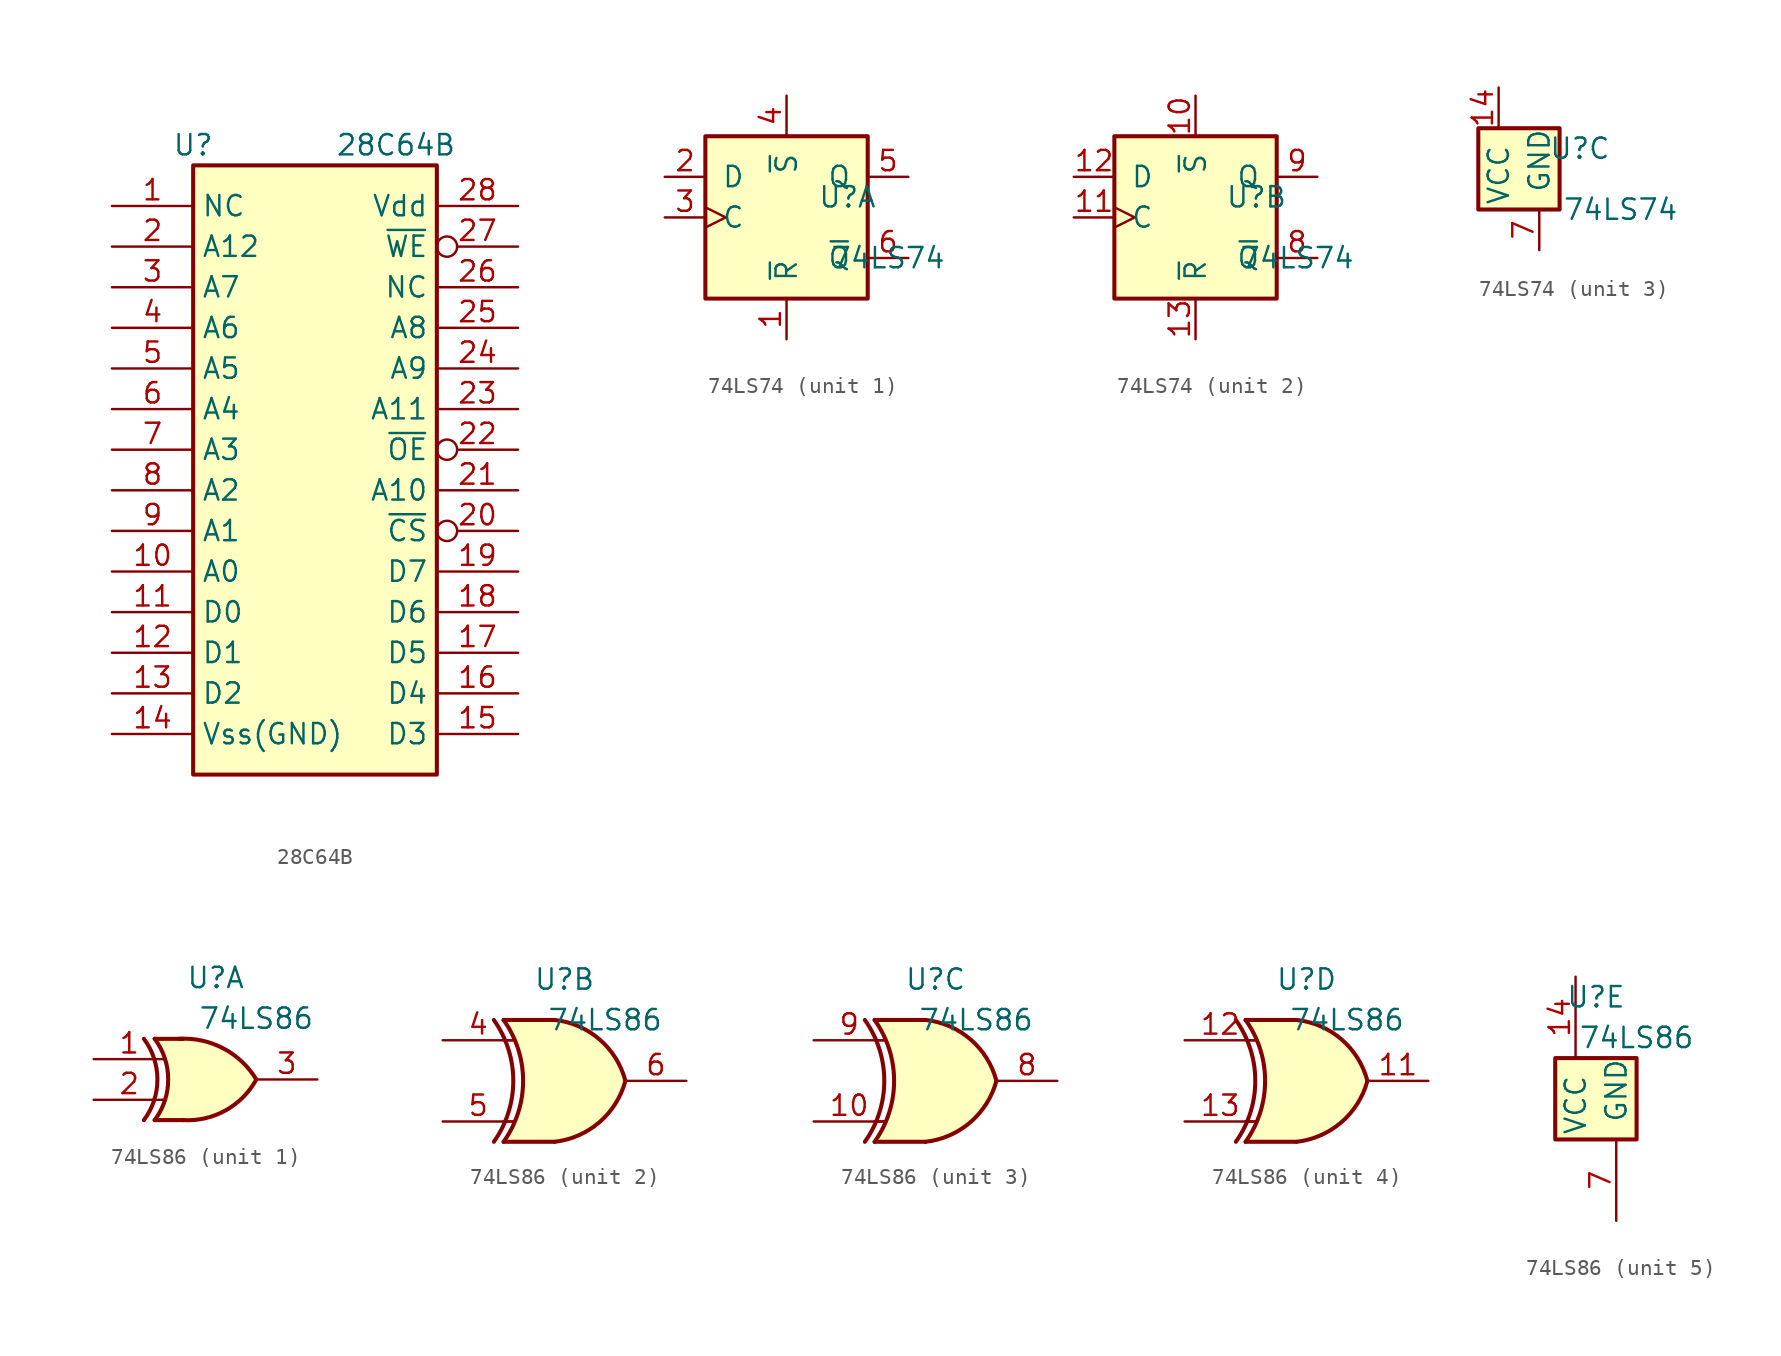
<source format=kicad_sym>
(kicad_symbol_lib
  (version 20220914)
  (generator kicad_symbol_editor)
  (symbol "28C64B"
    (property "Reference" "U"
      (at -7.62 19.05 0)
      (effects (font (size 1.27 1.27))))
    (property "Value" "28C64B"
      (at 1.27 19.05 0)
      (effects (font (size 1.27 1.27)) (justify left)))
    (symbol "28C64B_1_1"
      (rectangle (start -7.62 17.78) (end 7.62 -20.32) (stroke (width 0.254) (type default)) (fill (type background)))
      (pin free line (at -12.7 15.24 0) (length 5.08) (name "NC" (effects (font (size 1.27 1.27)))) (number "1" (effects (font (size 1.27 1.27)))))
      (pin input line (at -12.7 -7.62 0) (length 5.08) (name "A0" (effects (font (size 1.27 1.27)))) (number "10" (effects (font (size 1.27 1.27)))))
      (pin tri_state line (at -12.7 -10.16 0) (length 5.08) (name "D0" (effects (font (size 1.27 1.27)))) (number "11" (effects (font (size 1.27 1.27)))))
      (pin tri_state line (at -12.7 -12.7 0) (length 5.08) (name "D1" (effects (font (size 1.27 1.27)))) (number "12" (effects (font (size 1.27 1.27)))))
      (pin tri_state line (at -12.7 -15.24 0) (length 5.08) (name "D2" (effects (font (size 1.27 1.27)))) (number "13" (effects (font (size 1.27 1.27)))))
      (pin power_in line (at -12.7 -17.78 0) (length 5.08) (name "Vss(GND)" (effects (font (size 1.27 1.27)))) (number "14" (effects (font (size 1.27 1.27)))))
      (pin tri_state line (at 12.7 -17.78 180) (length 5.08) (name "D3" (effects (font (size 1.27 1.27)))) (number "15" (effects (font (size 1.27 1.27)))))
      (pin tri_state line (at 12.7 -15.24 180) (length 5.08) (name "D4" (effects (font (size 1.27 1.27)))) (number "16" (effects (font (size 1.27 1.27)))))
      (pin tri_state line (at 12.7 -12.7 180) (length 5.08) (name "D5" (effects (font (size 1.27 1.27)))) (number "17" (effects (font (size 1.27 1.27)))))
      (pin tri_state line (at 12.7 -10.16 180) (length 5.08) (name "D6" (effects (font (size 1.27 1.27)))) (number "18" (effects (font (size 1.27 1.27)))))
      (pin tri_state line (at 12.7 -7.62 180) (length 5.08) (name "D7" (effects (font (size 1.27 1.27)))) (number "19" (effects (font (size 1.27 1.27)))))
      (pin input line (at -12.7 12.7 0) (length 5.08) (name "A12" (effects (font (size 1.27 1.27)))) (number "2" (effects (font (size 1.27 1.27)))))
      (pin input inverted (at 12.7 -5.08 180) (length 5.08) (name "~{CS}" (effects (font (size 1.27 1.27)))) (number "20" (effects (font (size 1.27 1.27)))))
      (pin input line (at 12.7 -2.54 180) (length 5.08) (name "A10" (effects (font (size 1.27 1.27)))) (number "21" (effects (font (size 1.27 1.27)))))
      (pin input inverted (at 12.7 0 180) (length 5.08) (name "~{OE}" (effects (font (size 1.27 1.27)))) (number "22" (effects (font (size 1.27 1.27)))))
      (pin input line (at 12.7 2.54 180) (length 5.08) (name "A11" (effects (font (size 1.27 1.27)))) (number "23" (effects (font (size 1.27 1.27)))))
      (pin input line (at 12.7 5.08 180) (length 5.08) (name "A9" (effects (font (size 1.27 1.27)))) (number "24" (effects (font (size 1.27 1.27)))))
      (pin input line (at 12.7 7.62 180) (length 5.08) (name "A8" (effects (font (size 1.27 1.27)))) (number "25" (effects (font (size 1.27 1.27)))))
      (pin free line (at 12.7 10.16 180) (length 5.08) (name "NC" (effects (font (size 1.27 1.27)))) (number "26" (effects (font (size 1.27 1.27)))))
      (pin input inverted (at 12.7 12.7 180) (length 5.08) (name "~{WE}" (effects (font (size 1.27 1.27)))) (number "27" (effects (font (size 1.27 1.27)))))
      (pin power_in line (at 12.7 15.24 180) (length 5.08) (name "Vdd" (effects (font (size 1.27 1.27)))) (number "28" (effects (font (size 1.27 1.27)))))
      (pin input line (at -12.7 10.16 0) (length 5.08) (name "A7" (effects (font (size 1.27 1.27)))) (number "3" (effects (font (size 1.27 1.27)))))
      (pin input line (at -12.7 7.62 0) (length 5.08) (name "A6" (effects (font (size 1.27 1.27)))) (number "4" (effects (font (size 1.27 1.27)))))
      (pin input line (at -12.7 5.08 0) (length 5.08) (name "A5" (effects (font (size 1.27 1.27)))) (number "5" (effects (font (size 1.27 1.27)))))
      (pin input line (at -12.7 2.54 0) (length 5.08) (name "A4" (effects (font (size 1.27 1.27)))) (number "6" (effects (font (size 1.27 1.27)))))
      (pin input line (at -12.7 0 0) (length 5.08) (name "A3" (effects (font (size 1.27 1.27)))) (number "7" (effects (font (size 1.27 1.27)))))
      (pin input line (at -12.7 -2.54 0) (length 5.08) (name "A2" (effects (font (size 1.27 1.27)))) (number "8" (effects (font (size 1.27 1.27)))))
      (pin input line (at -12.7 -5.08 0) (length 5.08) (name "A1" (effects (font (size 1.27 1.27)))) (number "9" (effects (font (size 1.27 1.27)))))))
  (symbol "74LS74"
    (pin_names
      (offset 1.016))
    (property "Reference" "U"
      (at 3.81 1.27 0)
      (effects (font (size 1.27 1.27))))
    (property "Value" "74LS74"
      (at 6.35 -2.54 0)
      (effects (font (size 1.27 1.27))))
    (property "ki_locked" ""
      (at 0 0 0)
      (effects (font (size 1.27 1.27))))
    (symbol "74LS74_1_0"
      (pin input line (at 0 -7.62 90) (length 2.54) (name "~{R}" (effects (font (size 1.27 1.27)))) (number "1" (effects (font (size 1.27 1.27)))))
      (pin input line (at -7.62 2.54 0) (length 2.54) (name "D" (effects (font (size 1.27 1.27)))) (number "2" (effects (font (size 1.27 1.27)))))
      (pin input clock (at -7.62 0 0) (length 2.54) (name "C" (effects (font (size 1.27 1.27)))) (number "3" (effects (font (size 1.27 1.27)))))
      (pin input line (at 0 7.62 270) (length 2.54) (name "~{S}" (effects (font (size 1.27 1.27)))) (number "4" (effects (font (size 1.27 1.27)))))
      (pin output line (at 7.62 2.54 180) (length 2.54) (name "Q" (effects (font (size 1.27 1.27)))) (number "5" (effects (font (size 1.27 1.27)))))
      (pin output line (at 7.62 -2.54 180) (length 2.54) (name "~{Q}" (effects (font (size 1.27 1.27)))) (number "6" (effects (font (size 1.27 1.27))))))
    (symbol "74LS74_1_1"
      (rectangle (start -5.08 5.08) (end 5.08 -5.08) (stroke (width 0.254) (type default)) (fill (type background))))
    (symbol "74LS74_2_0"
      (pin input line (at 0 7.62 270) (length 2.54) (name "~{S}" (effects (font (size 1.27 1.27)))) (number "10" (effects (font (size 1.27 1.27)))))
      (pin input clock (at -7.62 0 0) (length 2.54) (name "C" (effects (font (size 1.27 1.27)))) (number "11" (effects (font (size 1.27 1.27)))))
      (pin input line (at -7.62 2.54 0) (length 2.54) (name "D" (effects (font (size 1.27 1.27)))) (number "12" (effects (font (size 1.27 1.27)))))
      (pin input line (at 0 -7.62 90) (length 2.54) (name "~{R}" (effects (font (size 1.27 1.27)))) (number "13" (effects (font (size 1.27 1.27)))))
      (pin output line (at 7.62 -2.54 180) (length 2.54) (name "~{Q}" (effects (font (size 1.27 1.27)))) (number "8" (effects (font (size 1.27 1.27)))))
      (pin output line (at 7.62 2.54 180) (length 2.54) (name "Q" (effects (font (size 1.27 1.27)))) (number "9" (effects (font (size 1.27 1.27))))))
    (symbol "74LS74_2_1"
      (rectangle (start -5.08 5.08) (end 5.08 -5.08) (stroke (width 0.254) (type default)) (fill (type background))))
    (symbol "74LS74_3_0"
      (pin power_in line (at -1.27 5.08 270) (length 2.54) (name "VCC" (effects (font (size 1.27 1.27)))) (number "14" (effects (font (size 1.27 1.27)))))
      (pin power_in line (at 1.27 -5.08 90) (length 2.54) (name "GND" (effects (font (size 1.27 1.27)))) (number "7" (effects (font (size 1.27 1.27))))))
    (symbol "74LS74_3_1"
      (rectangle (start -2.54 2.54) (end 2.54 -2.54) (stroke (width 0.254) (type default)) (fill (type background)))))
  (symbol "74LS86"
    (pin_names
      (offset 1.016))
    (property "Reference" "U"
      (at 0 6.35 0)
      (effects (font (size 1.27 1.27))))
    (property "Value" "74LS86"
      (at 2.54 3.81 0)
      (effects (font (size 1.27 1.27))))
    (property "ki_locked" ""
      (at 0 0 0)
      (effects (font (size 1.27 1.27))))
    (symbol "74LS86_1_0"
      (pin input line (at -7.62 1.27 0) (length 4.445) (name "~" (effects (font (size 1.27 1.27)))) (number "1" (effects (font (size 1.27 1.27)))))
      (pin input line (at -7.62 -1.27 0) (length 4.445) (name "~" (effects (font (size 1.27 1.27)))) (number "2" (effects (font (size 1.27 1.27)))))
      (pin output line (at 6.35 0 180) (length 3.81) (name "~" (effects (font (size 1.27 1.27)))) (number "3" (effects (font (size 1.27 1.27))))))
    (symbol "74LS86_1_1"
      (arc (start -4.484 -2.54) (mid -3.638 0) (end -4.484 2.54) (stroke (width 0.254) (type default)) (fill (type none)))
      (arc (start -3.81 -2.54) (mid -2.964 0) (end -3.81 2.54) (stroke (width 0.254) (type default)) (fill (type none)))
      (arc (start -2.032 -2.54) (mid 0.6219 -1.9322) (end 2.54 0) (stroke (width 0.254) (type default)) (fill (type background)))
      (polyline (pts (xy -3.81 -2.54) (xy -2.032 -2.54)) (stroke (width 0.254) (type default)) (fill (type none)))
      (polyline (pts (xy -3.81 2.54) (xy -2.032 2.54)) (stroke (width 0.254) (type default)) (fill (type none)))
      (polyline (pts (xy -1.27 2.54) (xy -3.81 2.54) (xy -3.175 1.27) (xy -2.794 0) (xy -3.175 -1.27) (xy -3.81 -2.54) (xy -1.27 -2.54)) (stroke (width -25.4) (type default)) (fill (type background)))
      (arc (start 2.54 0) (mid 0.4797 1.9402) (end -2.286 2.54) (stroke (width 0.254) (type default)) (fill (type background))))
    (symbol "74LS86_2_0"
      (arc (start -4.4196 -3.81) (mid -3.2033 0) (end -4.4196 3.81) (stroke (width 0.254) (type default)) (fill (type none)))
      (arc (start -3.81 -3.81) (mid -2.589 0) (end -3.81 3.81) (stroke (width 0.254) (type default)) (fill (type none)))
      (arc (start -0.6096 -3.81) (mid 2.1842 -2.5851) (end 3.81 0) (stroke (width 0.254) (type default)) (fill (type background)))
      (polyline (pts (xy -3.81 -3.81) (xy -0.635 -3.81)) (stroke (width 0.254) (type default)) (fill (type background)))
      (polyline (pts (xy -3.81 3.81) (xy -0.635 3.81)) (stroke (width 0.254) (type default)) (fill (type background)))
      (polyline (pts (xy -0.635 3.81) (xy -3.81 3.81) (xy -3.81 3.81) (xy -3.556 3.404) (xy -3.023 2.261) (xy -2.692 1.041) (xy -2.616 -0.254) (xy -2.769 -1.499) (xy -3.175 -2.718) (xy -3.81 -3.81) (xy -3.81 -3.81) (xy -0.635 -3.81)) (stroke (width -25.4) (type default)) (fill (type background)))
      (arc (start 3.81 0) (mid 2.1915 2.5936) (end -0.6096 3.81) (stroke (width 0.254) (type default)) (fill (type background)))
      (pin input line (at -7.62 2.54 0) (length 4.445) (name "~" (effects (font (size 1.27 1.27)))) (number "4" (effects (font (size 1.27 1.27)))))
      (pin input line (at -7.62 -2.54 0) (length 4.445) (name "~" (effects (font (size 1.27 1.27)))) (number "5" (effects (font (size 1.27 1.27)))))
      (pin output line (at 7.62 0 180) (length 3.81) (name "~" (effects (font (size 1.27 1.27)))) (number "6" (effects (font (size 1.27 1.27))))))
    (symbol "74LS86_2_1"
      (polyline (pts (xy -3.81 -2.54) (xy -3.175 -2.54)) (stroke (width 0.152) (type default)) (fill (type none)))
      (polyline (pts (xy -3.81 2.54) (xy -3.175 2.54)) (stroke (width 0.152) (type default)) (fill (type none))))
    (symbol "74LS86_3_0"
      (arc (start -4.4196 -3.81) (mid -3.2033 0) (end -4.4196 3.81) (stroke (width 0.254) (type default)) (fill (type none)))
      (arc (start -3.81 -3.81) (mid -2.589 0) (end -3.81 3.81) (stroke (width 0.254) (type default)) (fill (type none)))
      (arc (start -0.6096 -3.81) (mid 2.1842 -2.5851) (end 3.81 0) (stroke (width 0.254) (type default)) (fill (type background)))
      (polyline (pts (xy -3.81 -3.81) (xy -0.635 -3.81)) (stroke (width 0.254) (type default)) (fill (type background)))
      (polyline (pts (xy -3.81 3.81) (xy -0.635 3.81)) (stroke (width 0.254) (type default)) (fill (type background)))
      (polyline (pts (xy -0.635 3.81) (xy -3.81 3.81) (xy -3.81 3.81) (xy -3.556 3.404) (xy -3.023 2.261) (xy -2.692 1.041) (xy -2.616 -0.254) (xy -2.769 -1.499) (xy -3.175 -2.718) (xy -3.81 -3.81) (xy -3.81 -3.81) (xy -0.635 -3.81)) (stroke (width -25.4) (type default)) (fill (type background)))
      (arc (start 3.81 0) (mid 2.1915 2.5936) (end -0.6096 3.81) (stroke (width 0.254) (type default)) (fill (type background)))
      (pin input line (at -7.62 -2.54 0) (length 4.445) (name "~" (effects (font (size 1.27 1.27)))) (number "10" (effects (font (size 1.27 1.27)))))
      (pin output line (at 7.62 0 180) (length 3.81) (name "~" (effects (font (size 1.27 1.27)))) (number "8" (effects (font (size 1.27 1.27)))))
      (pin input line (at -7.62 2.54 0) (length 4.445) (name "~" (effects (font (size 1.27 1.27)))) (number "9" (effects (font (size 1.27 1.27))))))
    (symbol "74LS86_3_1"
      (polyline (pts (xy -3.81 -2.54) (xy -3.175 -2.54)) (stroke (width 0.152) (type default)) (fill (type none)))
      (polyline (pts (xy -3.81 2.54) (xy -3.175 2.54)) (stroke (width 0.152) (type default)) (fill (type none))))
    (symbol "74LS86_4_0"
      (arc (start -4.4196 -3.81) (mid -3.2033 0) (end -4.4196 3.81) (stroke (width 0.254) (type default)) (fill (type none)))
      (arc (start -3.81 -3.81) (mid -2.589 0) (end -3.81 3.81) (stroke (width 0.254) (type default)) (fill (type none)))
      (arc (start -0.6096 -3.81) (mid 2.1842 -2.5851) (end 3.81 0) (stroke (width 0.254) (type default)) (fill (type background)))
      (polyline (pts (xy -3.81 -3.81) (xy -0.635 -3.81)) (stroke (width 0.254) (type default)) (fill (type background)))
      (polyline (pts (xy -3.81 3.81) (xy -0.635 3.81)) (stroke (width 0.254) (type default)) (fill (type background)))
      (polyline (pts (xy -0.635 3.81) (xy -3.81 3.81) (xy -3.81 3.81) (xy -3.556 3.404) (xy -3.023 2.261) (xy -2.692 1.041) (xy -2.616 -0.254) (xy -2.769 -1.499) (xy -3.175 -2.718) (xy -3.81 -3.81) (xy -3.81 -3.81) (xy -0.635 -3.81)) (stroke (width -25.4) (type default)) (fill (type background)))
      (arc (start 3.81 0) (mid 2.1915 2.5936) (end -0.6096 3.81) (stroke (width 0.254) (type default)) (fill (type background)))
      (pin output line (at 7.62 0 180) (length 3.81) (name "~" (effects (font (size 1.27 1.27)))) (number "11" (effects (font (size 1.27 1.27)))))
      (pin input line (at -7.62 2.54 0) (length 4.445) (name "~" (effects (font (size 1.27 1.27)))) (number "12" (effects (font (size 1.27 1.27)))))
      (pin input line (at -7.62 -2.54 0) (length 4.445) (name "~" (effects (font (size 1.27 1.27)))) (number "13" (effects (font (size 1.27 1.27))))))
    (symbol "74LS86_4_1"
      (polyline (pts (xy -3.81 -2.54) (xy -3.175 -2.54)) (stroke (width 0.152) (type default)) (fill (type none)))
      (polyline (pts (xy -3.81 2.54) (xy -3.175 2.54)) (stroke (width 0.152) (type default)) (fill (type none))))
    (symbol "74LS86_5_0"
      (pin power_in line (at -1.27 7.62 270) (length 5.08) (name "VCC" (effects (font (size 1.27 1.27)))) (number "14" (effects (font (size 1.27 1.27)))))
      (pin power_in line (at 1.27 -7.62 90) (length 5.08) (name "GND" (effects (font (size 1.27 1.27)))) (number "7" (effects (font (size 1.27 1.27))))))
    (symbol "74LS86_5_1"
      (rectangle (start -2.54 2.54) (end 2.54 -2.54) (stroke (width 0.254) (type default)) (fill (type background))))))
</source>
